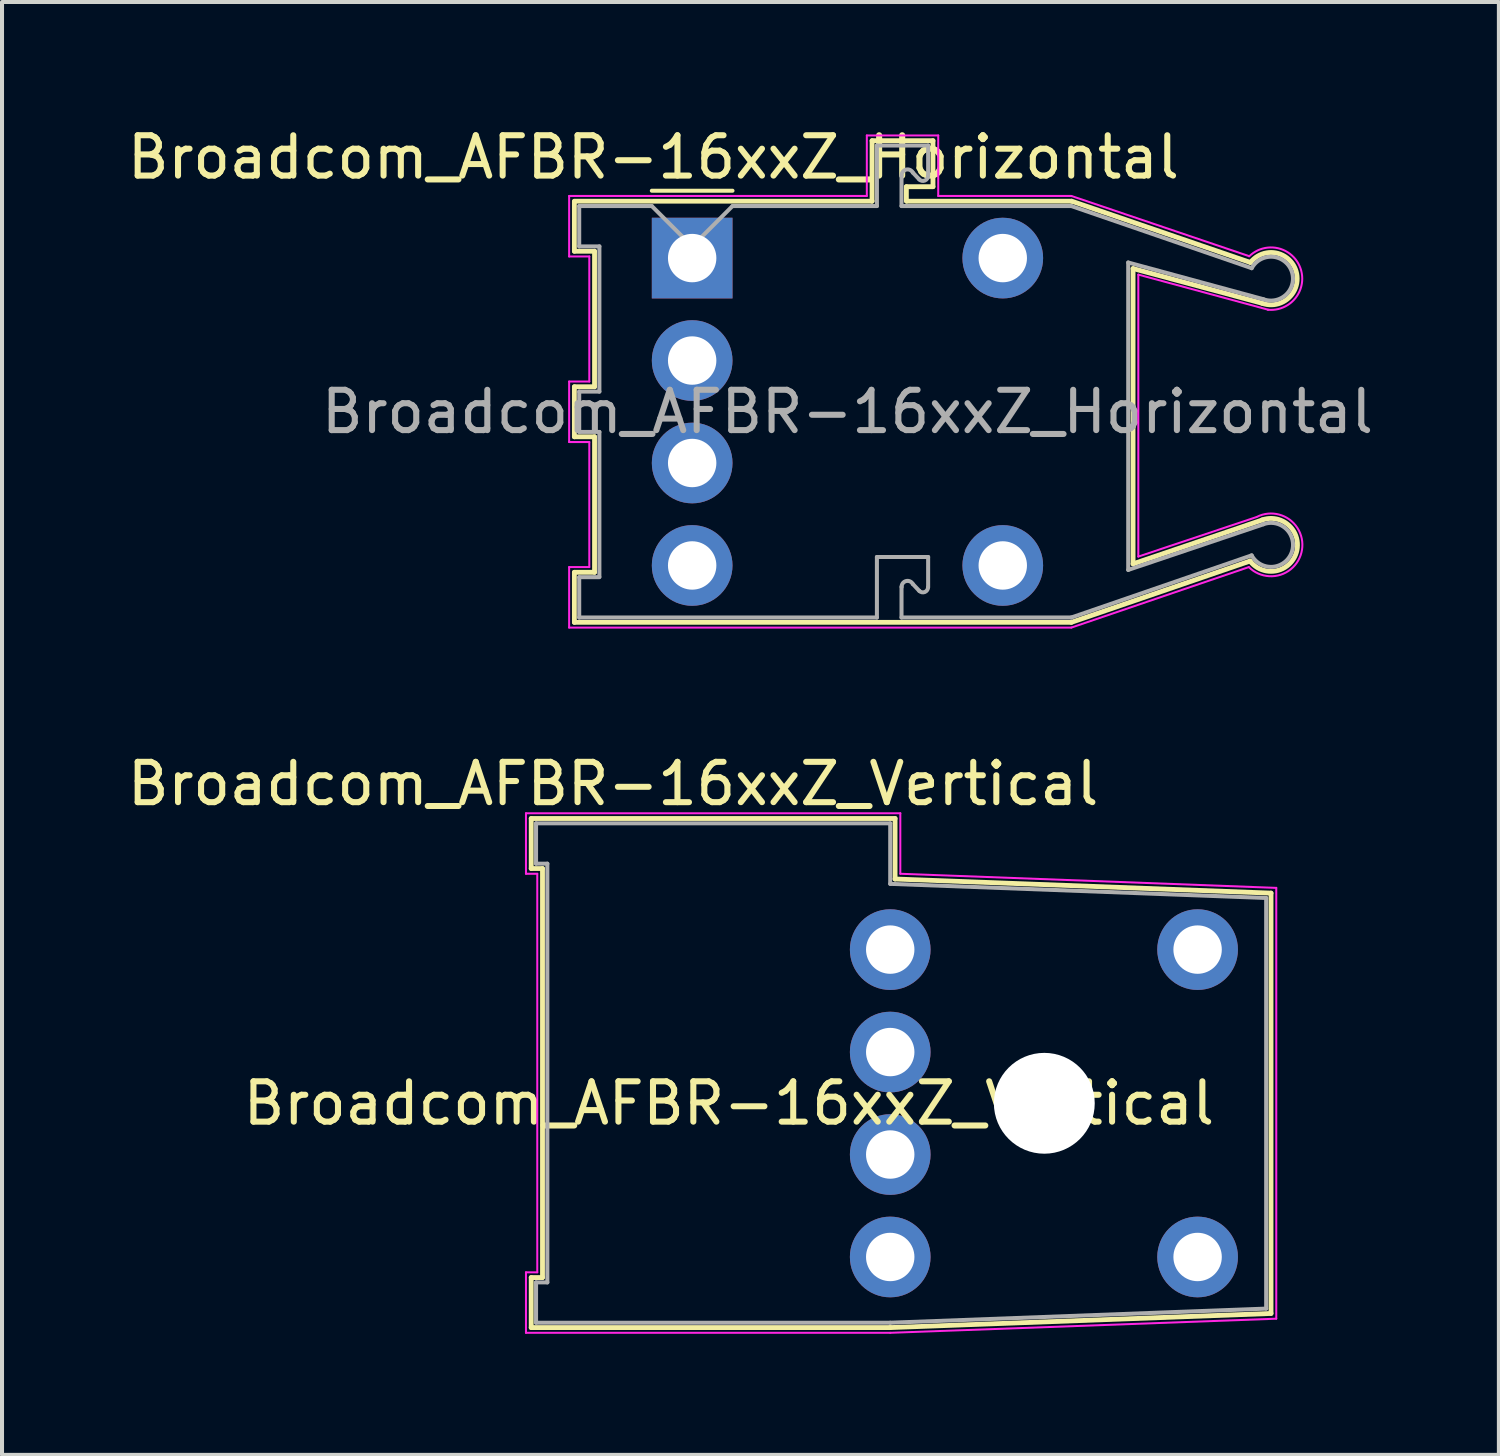
<source format=kicad_pcb>
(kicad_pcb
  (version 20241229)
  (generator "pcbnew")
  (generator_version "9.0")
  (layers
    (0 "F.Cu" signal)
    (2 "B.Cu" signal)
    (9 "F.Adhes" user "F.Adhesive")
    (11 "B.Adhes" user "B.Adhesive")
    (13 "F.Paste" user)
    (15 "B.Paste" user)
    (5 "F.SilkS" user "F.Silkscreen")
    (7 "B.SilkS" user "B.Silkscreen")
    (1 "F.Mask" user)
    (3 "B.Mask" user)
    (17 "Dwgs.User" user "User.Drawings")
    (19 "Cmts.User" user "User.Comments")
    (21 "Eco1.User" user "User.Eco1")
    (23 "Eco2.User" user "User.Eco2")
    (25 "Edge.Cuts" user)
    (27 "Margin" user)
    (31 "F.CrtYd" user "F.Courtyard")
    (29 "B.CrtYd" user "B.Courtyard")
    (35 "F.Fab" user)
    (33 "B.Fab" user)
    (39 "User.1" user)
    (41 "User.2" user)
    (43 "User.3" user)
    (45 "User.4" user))
  (footprint "Broadcom_AFBR-16xxZ_Horizontal"
    (layer "F.Cu")
    (at 14.109 3.348)
    (property "Reference" "Broadcom_AFBR-16xxZ_Horizontal" (at -0.96 -2.5 0) (layer "F.SilkS") (effects (font (size 1 1) (thickness 0.15))))
    (attr through_hole)
    (fp_line (start -2.92 -1.41) (end 4.46 -1.41) (stroke (width 0.12) (type solid)) (layer "F.SilkS"))
    (fp_line (start -2.92 -1.397) (end -2.92 -0.17) (stroke (width 0.12) (type solid)) (layer "F.SilkS"))
    (fp_line (start -2.92 -0.17) (end -2.42 -0.17) (stroke (width 0.12) (type solid)) (layer "F.SilkS"))
    (fp_line (start -2.92 3.19) (end -2.92 4.43) (stroke (width 0.12) (type solid)) (layer "F.SilkS"))
    (fp_line (start -2.92 4.43) (end -2.42 4.43) (stroke (width 0.12) (type solid)) (layer "F.SilkS"))
    (fp_line (start -2.92 7.79) (end -2.92 9.03) (stroke (width 0.12) (type solid)) (layer "F.SilkS"))
    (fp_line (start -2.92 9.03) (end 9.4 9.03) (stroke (width 0.12) (type solid)) (layer "F.SilkS"))
    (fp_line (start -2.42 -0.17) (end -2.42 3.19) (stroke (width 0.12) (type solid)) (layer "F.SilkS"))
    (fp_line (start -2.42 3.19) (end -2.92 3.19) (stroke (width 0.12) (type solid)) (layer "F.SilkS"))
    (fp_line (start -2.42 4.43) (end -2.42 7.79) (stroke (width 0.12) (type solid)) (layer "F.SilkS"))
    (fp_line (start -2.42 7.79) (end -2.92 7.79) (stroke (width 0.12) (type solid)) (layer "F.SilkS"))
    (fp_line (start -1 -1.67) (end 1 -1.67) (stroke (width 0.1) (type solid)) (layer "F.SilkS"))
    (fp_line (start 4.46 -2.91) (end 4.46 -1.41) (stroke (width 0.12) (type solid)) (layer "F.SilkS"))
    (fp_line (start 5.31 -1.77) (end 5.97 -1.77) (stroke (width 0.12) (type solid)) (layer "F.SilkS"))
    (fp_line (start 5.31 -1.41) (end 5.31 -1.77) (stroke (width 0.12) (type solid)) (layer "F.SilkS"))
    (fp_line (start 5.97 -2.91) (end 4.46 -2.91) (stroke (width 0.12) (type solid)) (layer "F.SilkS"))
    (fp_line (start 5.97 -1.77) (end 5.97 -2.91) (stroke (width 0.12) (type solid)) (layer "F.SilkS"))
    (fp_line (start 9.4 -1.41) (end 5.33 -1.41) (stroke (width 0.12) (type solid)) (layer "F.SilkS"))
    (fp_line (start 9.4 9.03) (end 13.83 7.51) (stroke (width 0.12) (type solid)) (layer "F.SilkS"))
    (fp_line (start 10.93 0.26) (end 14.13 1.12) (stroke (width 0.12) (type solid)) (layer "F.SilkS"))
    (fp_line (start 10.93 7.58) (end 10.93 0.26) (stroke (width 0.12) (type solid)) (layer "F.SilkS"))
    (fp_line (start 13.84 0.11) (end 9.41 -1.41) (stroke (width 0.12) (type solid)) (layer "F.SilkS"))
    (fp_line (start 14.14 6.49) (end 10.93 7.58) (stroke (width 0.12) (type solid)) (layer "F.SilkS"))
    (fp_arc (start 13.839757 0.10981) (mid 14.973245 0.330932) (end 14.13 1.12) (stroke (width 0.12) (type solid)) (layer "F.SilkS"))
    (fp_arc (start 14.131216 6.491507) (mid 14.979112 7.296058) (end 13.83 7.51) (stroke (width 0.12) (type solid)) (layer "F.SilkS"))
    (fp_line (start -3.05 -1.54) (end 4.33 -1.54) (stroke (width 0.05) (type solid)) (layer "F.CrtYd"))
    (fp_line (start -3.05 -0.04) (end -3.05 -1.54) (stroke (width 0.05) (type solid)) (layer "F.CrtYd"))
    (fp_line (start -3.05 3.06) (end -2.55 3.06) (stroke (width 0.05) (type solid)) (layer "F.CrtYd"))
    (fp_line (start -3.05 4.56) (end -3.05 3.06) (stroke (width 0.05) (type solid)) (layer "F.CrtYd"))
    (fp_line (start -3.05 7.66) (end -2.55 7.66) (stroke (width 0.05) (type solid)) (layer "F.CrtYd"))
    (fp_line (start -3.05 9.16) (end -3.05 7.66) (stroke (width 0.05) (type solid)) (layer "F.CrtYd"))
    (fp_line (start -2.55 -0.04) (end -3.05 -0.04) (stroke (width 0.05) (type solid)) (layer "F.CrtYd"))
    (fp_line (start -2.55 3.06) (end -2.55 -0.04) (stroke (width 0.05) (type solid)) (layer "F.CrtYd"))
    (fp_line (start -2.55 4.56) (end -3.05 4.56) (stroke (width 0.05) (type solid)) (layer "F.CrtYd"))
    (fp_line (start -2.55 7.66) (end -2.55 4.56) (stroke (width 0.05) (type solid)) (layer "F.CrtYd"))
    (fp_line (start 4.33 -3.04) (end 6.1 -3.04) (stroke (width 0.05) (type solid)) (layer "F.CrtYd"))
    (fp_line (start 4.33 -1.54) (end 4.33 -3.04) (stroke (width 0.05) (type solid)) (layer "F.CrtYd"))
    (fp_line (start 6.1 -3.04) (end 6.1 -1.54) (stroke (width 0.05) (type solid)) (layer "F.CrtYd"))
    (fp_line (start 6.1 -1.54) (end 9.4 -1.54) (stroke (width 0.05) (type solid)) (layer "F.CrtYd"))
    (fp_line (start 9.4 -1.54) (end 13.8 -0.05) (stroke (width 0.05) (type solid)) (layer "F.CrtYd"))
    (fp_line (start 9.4 9.16) (end -3.05 9.16) (stroke (width 0.05) (type solid)) (layer "F.CrtYd"))
    (fp_line (start 11.06 0.41) (end 11.06 7.4) (stroke (width 0.05) (type solid)) (layer "F.CrtYd"))
    (fp_line (start 11.06 7.4) (end 13.99 6.42) (stroke (width 0.05) (type solid)) (layer "F.CrtYd"))
    (fp_line (start 13.8 7.66) (end 9.4 9.16) (stroke (width 0.05) (type solid)) (layer "F.CrtYd"))
    (fp_line (start 14.28 1.28) (end 11.06 0.41) (stroke (width 0.05) (type solid)) (layer "F.CrtYd"))
    (fp_arc (start 13.80755 -0.042312) (mid 15.080745 0.254438) (end 14.27 1.28) (stroke (width 0.05) (type solid)) (layer "F.CrtYd"))
    (fp_arc (start 13.998133 6.416322) (mid 15.118131 7.232372) (end 13.8 7.66) (stroke (width 0.05) (type solid)) (layer "F.CrtYd"))
    (fp_line (start -2.8 -1.29) (end -2.8 -0.29) (stroke (width 0.1) (type solid)) (layer "F.Fab"))
    (fp_line (start -2.8 -1.29) (end -1 -1.29) (stroke (width 0.1) (type solid)) (layer "F.Fab"))
    (fp_line (start -2.8 -0.29) (end -2.3 -0.29) (stroke (width 0.1) (type solid)) (layer "F.Fab"))
    (fp_line (start -2.8 3.31) (end -2.8 4.31) (stroke (width 0.1) (type solid)) (layer "F.Fab"))
    (fp_line (start -2.8 7.91) (end -2.3 7.91) (stroke (width 0.1) (type solid)) (layer "F.Fab"))
    (fp_line (start -2.8 8.91) (end -2.8 7.91) (stroke (width 0.1) (type solid)) (layer "F.Fab"))
    (fp_line (start -2.3 3.31) (end -2.8 3.31) (stroke (width 0.1) (type solid)) (layer "F.Fab"))
    (fp_line (start -2.3 3.31) (end -2.3 -0.29) (stroke (width 0.1) (type solid)) (layer "F.Fab"))
    (fp_line (start -2.3 4.31) (end -2.8 4.31) (stroke (width 0.1) (type solid)) (layer "F.Fab"))
    (fp_line (start -2.3 7.9) (end -2.3 4.31) (stroke (width 0.1) (type solid)) (layer "F.Fab"))
    (fp_line (start -1 -1.29) (end 0 -0.29) (stroke (width 0.1) (type solid)) (layer "F.Fab"))
    (fp_line (start 0 -0.29) (end 1 -1.29) (stroke (width 0.1) (type solid)) (layer "F.Fab"))
    (fp_line (start 1 -1.29) (end 4.58 -1.29) (stroke (width 0.1) (type solid)) (layer "F.Fab"))
    (fp_line (start 4.58 -2.79) (end 5.85 -2.79) (stroke (width 0.1) (type solid)) (layer "F.Fab"))
    (fp_line (start 4.58 -1.29) (end 4.58 -2.79) (stroke (width 0.1) (type solid)) (layer "F.Fab"))
    (fp_line (start 4.58 7.41) (end 5.85 7.41) (stroke (width 0.1) (type solid)) (layer "F.Fab"))
    (fp_line (start 4.58 8.91) (end -2.8 8.91) (stroke (width 0.1) (type solid)) (layer "F.Fab"))
    (fp_line (start 4.58 8.91) (end 4.58 7.41) (stroke (width 0.1) (type solid)) (layer "F.Fab"))
    (fp_line (start 5.19 -2.05) (end 5.19 -1.29) (stroke (width 0.1) (type solid)) (layer "F.Fab"))
    (fp_line (start 5.19 -1.29) (end 9.4 -1.29) (stroke (width 0.1) (type solid)) (layer "F.Fab"))
    (fp_line (start 5.19 8.15) (end 5.19 8.91) (stroke (width 0.1) (type solid)) (layer "F.Fab"))
    (fp_line (start 5.63 -1.95) (end 5.47 -2.12) (stroke (width 0.1) (type solid)) (layer "F.Fab"))
    (fp_line (start 5.63 8.25) (end 5.47 8.08) (stroke (width 0.1) (type solid)) (layer "F.Fab"))
    (fp_line (start 5.85 -2.79) (end 5.85 -2.04) (stroke (width 0.1) (type solid)) (layer "F.Fab"))
    (fp_line (start 5.85 7.41) (end 5.85 8.16) (stroke (width 0.1) (type solid)) (layer "F.Fab"))
    (fp_line (start 9.4 -1.29) (end 13.87 0.25) (stroke (width 0.1) (type solid)) (layer "F.Fab"))
    (fp_line (start 9.4 8.91) (end 5.19 8.91) (stroke (width 0.1) (type solid)) (layer "F.Fab"))
    (fp_line (start 9.4 8.91) (end 13.87 7.37) (stroke (width 0.1) (type solid)) (layer "F.Fab"))
    (fp_line (start 10.81 0.11) (end 10.81 7.73) (stroke (width 0.1) (type solid)) (layer "F.Fab"))
    (fp_line (start 10.81 0.11) (end 14.16 1.02) (stroke (width 0.1) (type solid)) (layer "F.Fab"))
    (fp_line (start 14.16 6.6) (end 10.81 7.73) (stroke (width 0.1) (type solid)) (layer "F.Fab"))
    (fp_arc (start 5.192417 -2.045618) (mid 5.301784 -2.192617) (end 5.47 -2.12) (stroke (width 0.1) (type solid)) (layer "F.Fab"))
    (fp_arc (start 5.192417 8.154382) (mid 5.301784 8.007383) (end 5.47 8.08) (stroke (width 0.1) (type solid)) (layer "F.Fab"))
    (fp_arc (start 5.847279 -2.04) (mid 5.768708 -1.92241) (end 5.63 -1.95) (stroke (width 0.1) (type solid)) (layer "F.Fab"))
    (fp_arc (start 5.847279 8.16) (mid 5.768708 8.27759) (end 5.63 8.25) (stroke (width 0.1) (type solid)) (layer "F.Fab"))
    (fp_arc (start 13.87094 0.25146) (mid 14.859247 0.317622) (end 14.161539 1.020709) (stroke (width 0.1) (type solid)) (layer "F.Fab"))
    (fp_arc (start 14.162014 6.597495) (mid 14.860629 7.303023) (end 13.87 7.37) (stroke (width 0.1) (type solid)) (layer "F.Fab"))
    (fp_text user "${REFERENCE}" (at 3.85 3.81 0) (layer "F.Fab") (effects (font (size 1 1) (thickness 0.15))))
    (pad "1" thru_hole rect (at 0 0) (size 2 2) (drill 1.2) (layers "*.Cu" "*.Mask"))
    (pad "2" thru_hole circle (at 0 2.54) (size 2 2) (drill 1.2) (layers "*.Cu" "*.Mask"))
    (pad "3" thru_hole circle (at 0 5.08) (size 2 2) (drill 1.2) (layers "*.Cu" "*.Mask"))
    (pad "4" thru_hole circle (at 0 7.62) (size 2 2) (drill 1.2) (layers "*.Cu" "*.Mask"))
    (pad "5" thru_hole circle (at 7.7 7.62) (size 2 2) (drill 1.2) (layers "*.Cu" "*.Mask"))
    (pad "8" thru_hole circle (at 7.7 0) (size 2 2) (drill 1.2) (layers "*.Cu" "*.Mask")))
  (footprint "Broadcom_AFBR-16xxZ_Vertical"
    (layer "F.Cu")
    (at 19.019 20.491)
    (property "Reference" "Broadcom_AFBR-16xxZ_Vertical" (at -6.87 -4.11 0) (layer "F.SilkS") (effects (font (size 1 1) (thickness 0.15))))
    (attr through_hole)
    (fp_line (start -8.9 -3.25) (end 0.12 -3.25) (stroke (width 0.12) (type solid)) (layer "F.SilkS"))
    (fp_line (start -8.9 -2.01) (end -8.9 -3.25) (stroke (width 0.12) (type solid)) (layer "F.SilkS"))
    (fp_line (start -8.9 8.13) (end -8.62 8.13) (stroke (width 0.12) (type solid)) (layer "F.SilkS"))
    (fp_line (start -8.9 9.37) (end -8.9 8.13) (stroke (width 0.12) (type solid)) (layer "F.SilkS"))
    (fp_line (start -8.62 -2.01) (end -8.9 -2.01) (stroke (width 0.12) (type solid)) (layer "F.SilkS"))
    (fp_line (start -8.62 8.13) (end -8.62 -2.01) (stroke (width 0.12) (type solid)) (layer "F.SilkS"))
    (fp_line (start 0 9.37) (end -8.9 9.37) (stroke (width 0.12) (type solid)) (layer "F.SilkS"))
    (fp_line (start 0.12 -3.25) (end 0.12 -1.75) (stroke (width 0.12) (type solid)) (layer "F.SilkS"))
    (fp_line (start 0.12 -1.75) (end 9.44 -1.4) (stroke (width 0.12) (type solid)) (layer "F.SilkS"))
    (fp_line (start 9.44 -1.4) (end 9.44 9.02) (stroke (width 0.12) (type solid)) (layer "F.SilkS"))
    (fp_line (start 9.44 9.02) (end 0 9.37) (stroke (width 0.12) (type solid)) (layer "F.SilkS"))
    (fp_line (start -9.03 -3.38) (end -9.03 -1.88) (stroke (width 0.05) (type solid)) (layer "F.CrtYd"))
    (fp_line (start -9.03 -1.88) (end -8.75 -1.88) (stroke (width 0.05) (type solid)) (layer "F.CrtYd"))
    (fp_line (start -9.03 8) (end -9.03 9.5) (stroke (width 0.05) (type solid)) (layer "F.CrtYd"))
    (fp_line (start -9.03 9.5) (end 0 9.5) (stroke (width 0.05) (type solid)) (layer "F.CrtYd"))
    (fp_line (start -8.75 -1.88) (end -8.75 8) (stroke (width 0.05) (type solid)) (layer "F.CrtYd"))
    (fp_line (start -8.75 8) (end -9.03 8) (stroke (width 0.05) (type solid)) (layer "F.CrtYd"))
    (fp_line (start 0 9.5) (end 9.57 9.15) (stroke (width 0.05) (type solid)) (layer "F.CrtYd"))
    (fp_line (start 0.25 -3.38) (end -9.03 -3.38) (stroke (width 0.05) (type solid)) (layer "F.CrtYd"))
    (fp_line (start 0.25 -1.88) (end 0.25 -3.38) (stroke (width 0.05) (type solid)) (layer "F.CrtYd"))
    (fp_line (start 9.57 -1.53) (end 0.25 -1.88) (stroke (width 0.05) (type solid)) (layer "F.CrtYd"))
    (fp_line (start 9.57 9.15) (end 9.57 -1.53) (stroke (width 0.05) (type solid)) (layer "F.CrtYd"))
    (fp_line (start -8.78 -3.13) (end -8.78 -2.13) (stroke (width 0.1) (type solid)) (layer "F.Fab"))
    (fp_line (start -8.78 -3.13) (end 0 -3.13) (stroke (width 0.1) (type solid)) (layer "F.Fab"))
    (fp_line (start -8.78 -2.13) (end -8.5 -2.13) (stroke (width 0.1) (type solid)) (layer "F.Fab"))
    (fp_line (start -8.78 8.25) (end -8.78 9.25) (stroke (width 0.1) (type solid)) (layer "F.Fab"))
    (fp_line (start -8.5 -2.13) (end -8.5 8.25) (stroke (width 0.1) (type solid)) (layer "F.Fab"))
    (fp_line (start -8.5 8.25) (end -8.78 8.25) (stroke (width 0.1) (type solid)) (layer "F.Fab"))
    (fp_line (start 0 -1.63) (end 0 -3.13) (stroke (width 0.1) (type solid)) (layer "F.Fab"))
    (fp_line (start 0 9.25) (end -8.78 9.25) (stroke (width 0.1) (type solid)) (layer "F.Fab"))
    (fp_line (start 0 9.25) (end 9.32 8.9) (stroke (width 0.1) (type solid)) (layer "F.Fab"))
    (fp_line (start 9.32 -1.28) (end 0 -1.63) (stroke (width 0.1) (type solid)) (layer "F.Fab"))
    (fp_line (start 9.32 8.9) (end 9.32 -1.28) (stroke (width 0.1) (type solid)) (layer "F.Fab"))
    (fp_text user "${REFERENCE}" (at -4 3.81 0) (layer "F.SilkS") (effects (font (size 1 1) (thickness 0.15))))
    (pad "" np_thru_hole circle (at 3.82 3.81) (size 2.5 2.5) (drill 2.5) (layers "*.Cu" "*.Mask"))
    (pad "1" thru_hole circle (at 0 0) (size 2 2) (drill 1.2) (layers "*.Cu" "*.Mask"))
    (pad "2" thru_hole circle (at 0 2.54) (size 2 2) (drill 1.2) (layers "*.Cu" "*.Mask"))
    (pad "3" thru_hole circle (at 0 5.08) (size 2 2) (drill 1.2) (layers "*.Cu" "*.Mask"))
    (pad "4" thru_hole circle (at 0 7.62) (size 2 2) (drill 1.2) (layers "*.Cu" "*.Mask"))
    (pad "5" thru_hole circle (at 7.62 7.62) (size 2 2) (drill 1.2) (layers "*.Cu" "*.Mask"))
    (pad "8" thru_hole circle (at 7.62 0) (size 2 2) (drill 1.2) (layers "*.Cu" "*.Mask")))
  (gr_rect
    (start -3 -3)
    (end 34.108 33.017)
    (stroke (width 0.1) (type default))
    (fill no)
    (layer "Edge.Cuts")))
</source>
